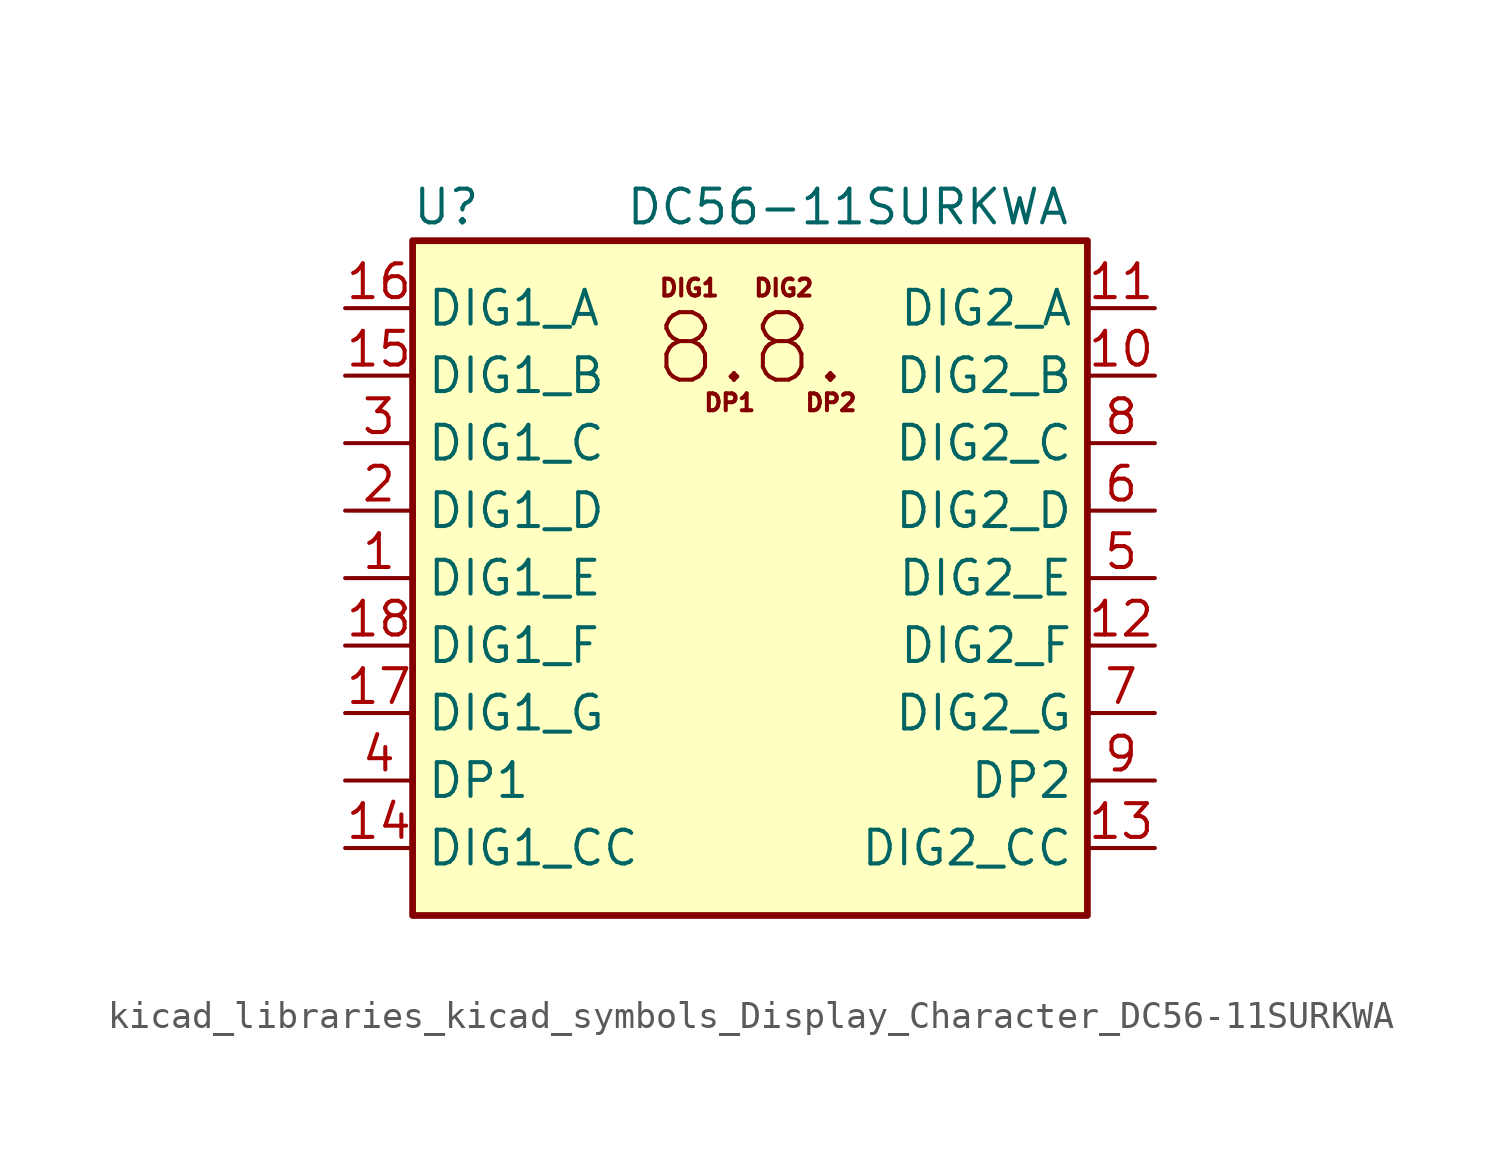
<source format=kicad_sym>
(kicad_symbol_lib
  (version 20220914)
  (generator kicad_symbol_editor)
  (symbol "kicad_libraries_kicad_symbols_Display_Character_DC56-11SURKWA"
    (property "Reference" "U"
      (at -11.43 13.97 0)
      (effects (font (size 1.27 1.27))))
    (property "Value" "DC56-11SURKWA"
      (at 12.065 13.97 0)
      (effects (font (size 1.27 1.27)) (justify right)))
    (symbol "kicad_libraries_kicad_symbols_Display_Character_DC56-11SURKWA_0_0"
      (text "8.8." (at 0 8.636 0) (effects (font (size 2.54 2.54))))
      (text "DIG1" (at -2.286 10.922 0) (effects (font (size 0.635 0.635))))
      (text "DIG2" (at 1.27 10.922 0) (effects (font (size 0.635 0.635))))
      (text "DP1" (at -0.762 6.604 0) (effects (font (size 0.635 0.635))))
      (text "DP2" (at 3.048 6.604 0) (effects (font (size 0.635 0.635)))))
    (symbol "kicad_libraries_kicad_symbols_Display_Character_DC56-11SURKWA_0_1"
      (rectangle (start -12.7 12.7) (end 12.7 -12.7) (stroke (width 0.254) (type default)) (fill (type background))))
    (symbol "kicad_libraries_kicad_symbols_Display_Character_DC56-11SURKWA_1_1"
      (pin input line (at -15.24 0 0) (length 2.54) (name "DIG1_E" (effects (font (size 1.27 1.27)))) (number "1" (effects (font (size 1.27 1.27)))))
      (pin input line (at 15.24 7.62 180) (length 2.54) (name "DIG2_B" (effects (font (size 1.27 1.27)))) (number "10" (effects (font (size 1.27 1.27)))))
      (pin input line (at 15.24 10.16 180) (length 2.54) (name "DIG2_A" (effects (font (size 1.27 1.27)))) (number "11" (effects (font (size 1.27 1.27)))))
      (pin input line (at 15.24 -2.54 180) (length 2.54) (name "DIG2_F" (effects (font (size 1.27 1.27)))) (number "12" (effects (font (size 1.27 1.27)))))
      (pin input line (at 15.24 -10.16 180) (length 2.54) (name "DIG2_CC" (effects (font (size 1.27 1.27)))) (number "13" (effects (font (size 1.27 1.27)))))
      (pin input line (at -15.24 -10.16 0) (length 2.54) (name "DIG1_CC" (effects (font (size 1.27 1.27)))) (number "14" (effects (font (size 1.27 1.27)))))
      (pin input line (at -15.24 7.62 0) (length 2.54) (name "DIG1_B" (effects (font (size 1.27 1.27)))) (number "15" (effects (font (size 1.27 1.27)))))
      (pin input line (at -15.24 10.16 0) (length 2.54) (name "DIG1_A" (effects (font (size 1.27 1.27)))) (number "16" (effects (font (size 1.27 1.27)))))
      (pin input line (at -15.24 -5.08 0) (length 2.54) (name "DIG1_G" (effects (font (size 1.27 1.27)))) (number "17" (effects (font (size 1.27 1.27)))))
      (pin input line (at -15.24 -2.54 0) (length 2.54) (name "DIG1_F" (effects (font (size 1.27 1.27)))) (number "18" (effects (font (size 1.27 1.27)))))
      (pin input line (at -15.24 2.54 0) (length 2.54) (name "DIG1_D" (effects (font (size 1.27 1.27)))) (number "2" (effects (font (size 1.27 1.27)))))
      (pin input line (at -15.24 5.08 0) (length 2.54) (name "DIG1_C" (effects (font (size 1.27 1.27)))) (number "3" (effects (font (size 1.27 1.27)))))
      (pin input line (at -15.24 -7.62 0) (length 2.54) (name "DP1" (effects (font (size 1.27 1.27)))) (number "4" (effects (font (size 1.27 1.27)))))
      (pin input line (at 15.24 0 180) (length 2.54) (name "DIG2_E" (effects (font (size 1.27 1.27)))) (number "5" (effects (font (size 1.27 1.27)))))
      (pin input line (at 15.24 2.54 180) (length 2.54) (name "DIG2_D" (effects (font (size 1.27 1.27)))) (number "6" (effects (font (size 1.27 1.27)))))
      (pin input line (at 15.24 -5.08 180) (length 2.54) (name "DIG2_G" (effects (font (size 1.27 1.27)))) (number "7" (effects (font (size 1.27 1.27)))))
      (pin input line (at 15.24 5.08 180) (length 2.54) (name "DIG2_C" (effects (font (size 1.27 1.27)))) (number "8" (effects (font (size 1.27 1.27)))))
      (pin input line (at 15.24 -7.62 180) (length 2.54) (name "DP2" (effects (font (size 1.27 1.27)))) (number "9" (effects (font (size 1.27 1.27))))))))
</source>
